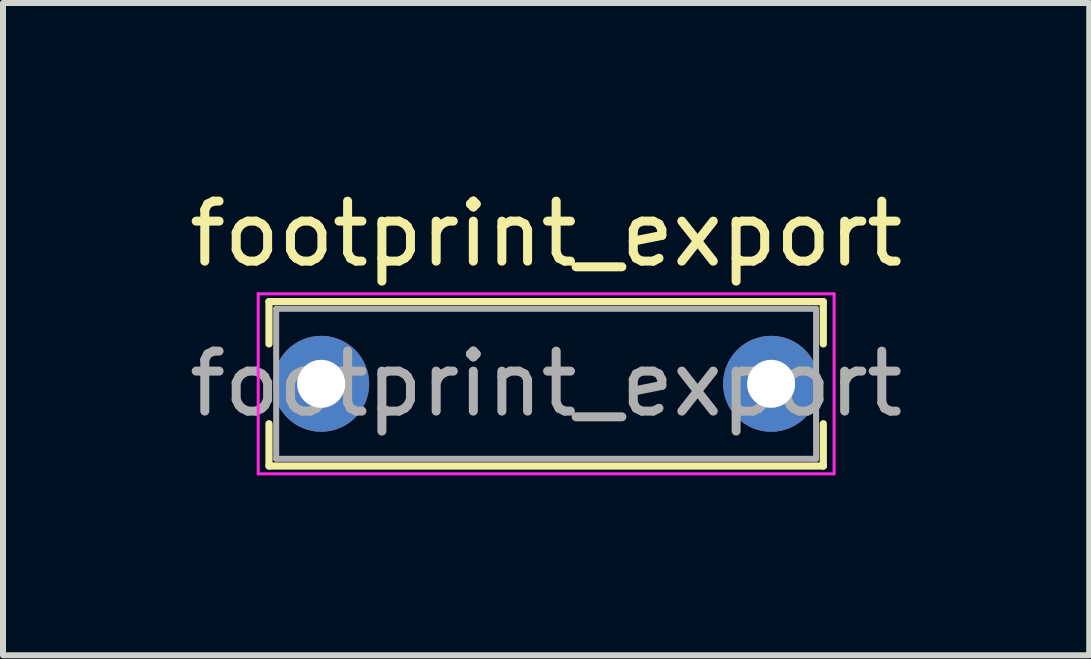
<source format=kicad_pcb>
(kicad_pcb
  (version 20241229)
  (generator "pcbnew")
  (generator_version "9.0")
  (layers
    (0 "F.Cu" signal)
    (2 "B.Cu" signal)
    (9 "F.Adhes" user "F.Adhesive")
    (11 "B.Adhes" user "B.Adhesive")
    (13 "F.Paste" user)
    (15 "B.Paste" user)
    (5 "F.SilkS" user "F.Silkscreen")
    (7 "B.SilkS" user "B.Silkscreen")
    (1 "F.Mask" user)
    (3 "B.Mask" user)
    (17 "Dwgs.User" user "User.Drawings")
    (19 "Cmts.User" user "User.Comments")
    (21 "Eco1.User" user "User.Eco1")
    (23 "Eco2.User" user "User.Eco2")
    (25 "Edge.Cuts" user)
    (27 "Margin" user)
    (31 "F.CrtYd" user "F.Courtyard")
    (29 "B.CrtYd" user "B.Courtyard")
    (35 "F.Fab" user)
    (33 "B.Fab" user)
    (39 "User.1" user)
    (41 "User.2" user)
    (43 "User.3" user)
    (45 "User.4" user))
  (footprint "footprint_export"
    (layer "F.Cu")
    (at 2.304 3.348)
    (property "Reference" "footprint_export" (at 3.75 -2.5 0) (layer "F.SilkS") (effects (font (size 1 1) (thickness 0.15))))
    (attr through_hole)
    (fp_line (start -0.87 -1.37) (end -0.87 -0.665) (stroke (width 0.12) (type solid)) (layer "F.SilkS"))
    (fp_line (start -0.87 -1.37) (end 8.37 -1.37) (stroke (width 0.12) (type solid)) (layer "F.SilkS"))
    (fp_line (start -0.87 0.665) (end -0.87 1.37) (stroke (width 0.12) (type solid)) (layer "F.SilkS"))
    (fp_line (start -0.87 1.37) (end 8.37 1.37) (stroke (width 0.12) (type solid)) (layer "F.SilkS"))
    (fp_line (start 8.37 -1.37) (end 8.37 -0.665) (stroke (width 0.12) (type solid)) (layer "F.SilkS"))
    (fp_line (start 8.37 0.665) (end 8.37 1.37) (stroke (width 0.12) (type solid)) (layer "F.SilkS"))
    (fp_line (start -1.05 -1.5) (end -1.05 1.5) (stroke (width 0.05) (type solid)) (layer "F.CrtYd"))
    (fp_line (start -1.05 1.5) (end 8.55 1.5) (stroke (width 0.05) (type solid)) (layer "F.CrtYd"))
    (fp_line (start 8.55 -1.5) (end -1.05 -1.5) (stroke (width 0.05) (type solid)) (layer "F.CrtYd"))
    (fp_line (start 8.55 1.5) (end 8.55 -1.5) (stroke (width 0.05) (type solid)) (layer "F.CrtYd"))
    (fp_line (start -0.75 -1.25) (end -0.75 1.25) (stroke (width 0.1) (type solid)) (layer "F.Fab"))
    (fp_line (start -0.75 1.25) (end 8.25 1.25) (stroke (width 0.1) (type solid)) (layer "F.Fab"))
    (fp_line (start 8.25 -1.25) (end -0.75 -1.25) (stroke (width 0.1) (type solid)) (layer "F.Fab"))
    (fp_line (start 8.25 1.25) (end 8.25 -1.25) (stroke (width 0.1) (type solid)) (layer "F.Fab"))
    (fp_text user "${REFERENCE}" (at 3.75 0 0) (layer "F.Fab") (effects (font (size 1 1) (thickness 0.15))))
    (pad "1" thru_hole circle (at 0 0) (size 1.6 1.6) (drill 0.8) (layers "*.Cu" "*.Mask"))
    (pad "2" thru_hole circle (at 7.5 0) (size 1.6 1.6) (drill 0.8) (layers "*.Cu" "*.Mask")))
  (gr_rect
    (start -3 -3)
    (end 15.107 7.873)
    (stroke (width 0.1) (type default))
    (fill no)
    (layer "Edge.Cuts")))
</source>
